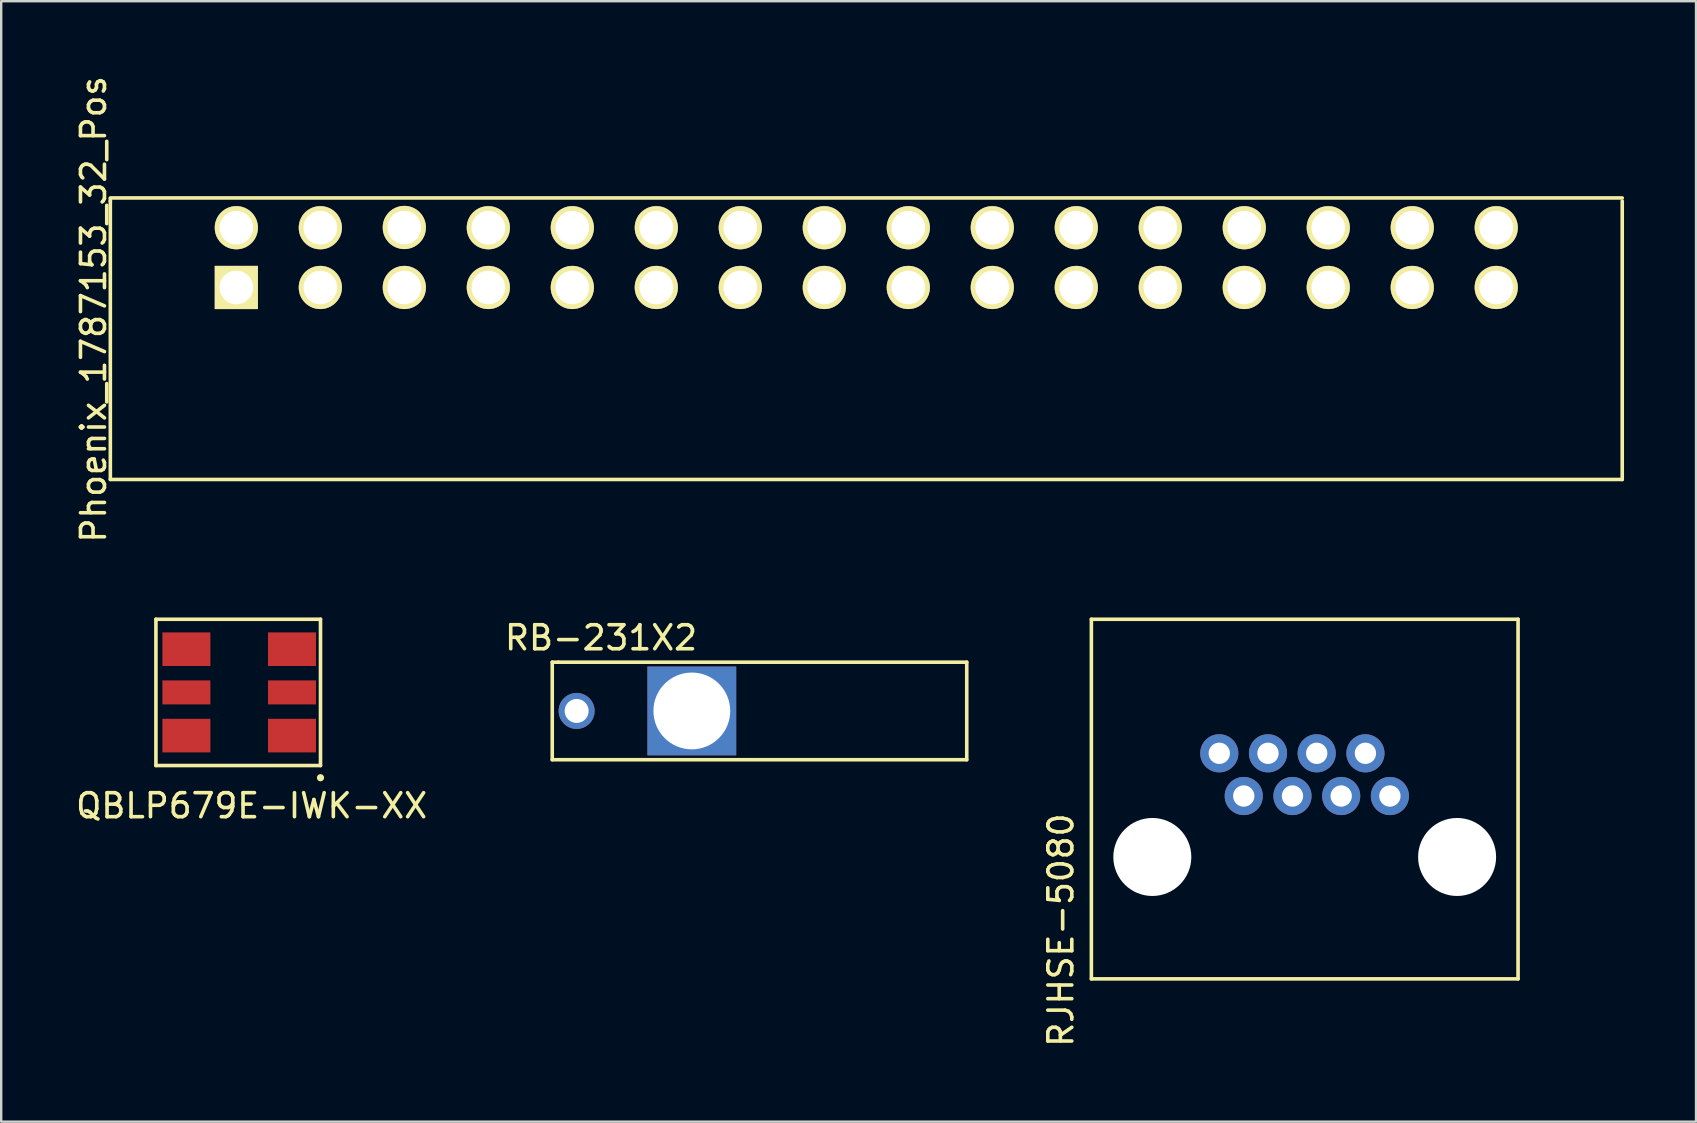
<source format=kicad_pcb>
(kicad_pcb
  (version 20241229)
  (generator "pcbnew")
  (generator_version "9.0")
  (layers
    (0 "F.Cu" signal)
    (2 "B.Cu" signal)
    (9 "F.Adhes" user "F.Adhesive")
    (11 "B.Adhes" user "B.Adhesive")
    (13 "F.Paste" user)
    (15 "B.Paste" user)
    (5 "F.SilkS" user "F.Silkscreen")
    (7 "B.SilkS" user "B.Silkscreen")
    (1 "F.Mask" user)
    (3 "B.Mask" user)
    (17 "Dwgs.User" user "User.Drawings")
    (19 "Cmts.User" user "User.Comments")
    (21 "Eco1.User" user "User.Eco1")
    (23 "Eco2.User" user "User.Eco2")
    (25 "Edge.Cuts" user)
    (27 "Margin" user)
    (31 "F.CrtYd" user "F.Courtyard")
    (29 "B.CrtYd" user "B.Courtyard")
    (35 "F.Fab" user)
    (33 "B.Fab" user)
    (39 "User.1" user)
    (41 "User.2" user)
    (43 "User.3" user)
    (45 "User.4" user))
  (footprint "Phoenix_1787153_32_Pos"
    (layer "F.Cu")
    (at 1.548 5.339)
    (property "Reference" "Phoenix_1787153_32_Pos" (at -0.7 4.5 270) (layer "F.SilkS") (effects (font (size 1 1) (thickness 0.15))))
    (attr through_hole)
    (fp_line (start 0 -0.14) (end 63 -0.14) (stroke (width 0.15) (type solid)) (layer "F.SilkS"))
    (fp_line (start 0 -0.1) (end 0 0) (stroke (width 0.15) (type solid)) (layer "F.SilkS"))
    (fp_line (start 0 11.59) (end 0 -0.01) (stroke (width 0.15) (type solid)) (layer "F.SilkS"))
    (fp_line (start 0 11.59) (end 63 11.59) (stroke (width 0.15) (type solid)) (layer "F.SilkS"))
    (fp_line (start 63 11.59) (end 63 -0.01) (stroke (width 0.15) (type solid)) (layer "F.SilkS"))
    (pad "1" thru_hole rect (at 5.25 3.59) (size 1.8 1.8) (drill 1.4) (layers "*.Cu" "*.Paste" "*.Mask" "F.SilkS"))
    (pad "2" thru_hole circle (at 5.25 1.1) (size 1.8 1.8) (drill 1.4) (layers "*.Cu" "*.Paste" "*.Mask" "F.SilkS"))
    (pad "3" thru_hole circle (at 8.75 3.59) (size 1.8 1.8) (drill 1.4) (layers "*.Cu" "*.Paste" "*.Mask" "F.SilkS"))
    (pad "4" thru_hole circle (at 8.75 1.1) (size 1.8 1.8) (drill 1.4) (layers "*.Cu" "*.Paste" "*.Mask" "F.SilkS"))
    (pad "5" thru_hole circle (at 12.25 3.59) (size 1.8 1.8) (drill 1.4) (layers "*.Cu" "*.Paste" "*.Mask" "F.SilkS"))
    (pad "6" thru_hole circle (at 12.25 1.09) (size 1.8 1.8) (drill 1.4) (layers "*.Cu" "*.Paste" "*.Mask" "F.SilkS"))
    (pad "7" thru_hole circle (at 15.75 3.59) (size 1.8 1.8) (drill 1.4) (layers "*.Cu" "*.Paste" "*.Mask" "F.SilkS"))
    (pad "8" thru_hole circle (at 15.75 1.1) (size 1.8 1.8) (drill 1.4) (layers "*.Cu" "*.Paste" "*.Mask" "F.SilkS"))
    (pad "9" thru_hole circle (at 19.25 3.59) (size 1.8 1.8) (drill 1.4) (layers "*.Cu" "*.Paste" "*.Mask" "F.SilkS"))
    (pad "10" thru_hole circle (at 19.25 1.1) (size 1.8 1.8) (drill 1.4) (layers "*.Cu" "*.Paste" "*.Mask" "F.SilkS"))
    (pad "11" thru_hole circle (at 22.75 3.59) (size 1.8 1.8) (drill 1.4) (layers "*.Cu" "*.Paste" "*.Mask" "F.SilkS"))
    (pad "12" thru_hole circle (at 22.75 1.1) (size 1.8 1.8) (drill 1.4) (layers "*.Cu" "*.Paste" "*.Mask" "F.SilkS"))
    (pad "13" thru_hole circle (at 26.25 3.59) (size 1.8 1.8) (drill 1.4) (layers "*.Cu" "*.Paste" "*.Mask" "F.SilkS"))
    (pad "14" thru_hole circle (at 26.25 1.1) (size 1.8 1.8) (drill 1.4) (layers "*.Cu" "*.Paste" "*.Mask" "F.SilkS"))
    (pad "15" thru_hole circle (at 29.75 3.59) (size 1.8 1.8) (drill 1.4) (layers "*.Cu" "*.Paste" "*.Mask" "F.SilkS"))
    (pad "16" thru_hole circle (at 29.75 1.1) (size 1.8 1.8) (drill 1.4) (layers "*.Cu" "*.Paste" "*.Mask" "F.SilkS"))
    (pad "17" thru_hole circle (at 33.25 3.59) (size 1.8 1.8) (drill 1.4) (layers "*.Cu" "*.Paste" "*.Mask" "F.SilkS"))
    (pad "18" thru_hole circle (at 33.25 1.1) (size 1.8 1.8) (drill 1.4) (layers "*.Cu" "*.Paste" "*.Mask" "F.SilkS"))
    (pad "19" thru_hole circle (at 36.75 3.59) (size 1.8 1.8) (drill 1.4) (layers "*.Cu" "*.Paste" "*.Mask" "F.SilkS"))
    (pad "20" thru_hole circle (at 36.75 1.1) (size 1.8 1.8) (drill 1.4) (layers "*.Cu" "*.Paste" "*.Mask" "F.SilkS"))
    (pad "21" thru_hole circle (at 40.25 3.59) (size 1.8 1.8) (drill 1.4) (layers "*.Cu" "*.Paste" "*.Mask" "F.SilkS"))
    (pad "22" thru_hole circle (at 40.25 1.1) (size 1.8 1.8) (drill 1.4) (layers "*.Cu" "*.Paste" "*.Mask" "F.SilkS"))
    (pad "23" thru_hole circle (at 43.75 3.59) (size 1.8 1.8) (drill 1.4) (layers "*.Cu" "*.Paste" "*.Mask" "F.SilkS"))
    (pad "24" thru_hole circle (at 43.75 1.1) (size 1.8 1.8) (drill 1.4) (layers "*.Cu" "*.Paste" "*.Mask" "F.SilkS"))
    (pad "25" thru_hole circle (at 47.25 3.59) (size 1.8 1.8) (drill 1.4) (layers "*.Cu" "*.Paste" "*.Mask" "F.SilkS"))
    (pad "26" thru_hole circle (at 47.25 1.1) (size 1.8 1.8) (drill 1.4) (layers "*.Cu" "*.Paste" "*.Mask" "F.SilkS"))
    (pad "27" thru_hole circle (at 50.75 3.59) (size 1.8 1.8) (drill 1.4) (layers "*.Cu" "*.Paste" "*.Mask" "F.SilkS"))
    (pad "28" thru_hole circle (at 50.75 1.1) (size 1.8 1.8) (drill 1.4) (layers "*.Cu" "*.Paste" "*.Mask" "F.SilkS"))
    (pad "29" thru_hole circle (at 54.25 3.59) (size 1.8 1.8) (drill 1.4) (layers "*.Cu" "*.Paste" "*.Mask" "F.SilkS"))
    (pad "30" thru_hole circle (at 54.25 1.1) (size 1.8 1.8) (drill 1.4) (layers "*.Cu" "*.Paste" "*.Mask" "F.SilkS"))
    (pad "31" thru_hole circle (at 57.75 3.59) (size 1.8 1.8) (drill 1.4) (layers "*.Cu" "*.Paste" "*.Mask" "F.SilkS"))
    (pad "32" thru_hole circle (at 57.75 1.1) (size 1.8 1.8) (drill 1.4) (layers "*.Cu" "*.Paste" "*.Mask" "F.SilkS")))
  (footprint "QBLP679E-IWK-XX"
    (layer "F.Cu")
    (at 4.717 25.802)
    (property "Reference" "QBLP679E-IWK-XX" (at 2.718 4.724 0) (layer "F.SilkS") (effects (font (size 1 1) (thickness 0.15))))
    (attr through_hole)
    (fp_line (start -1.27 -3.048) (end 5.588 -3.048) (stroke (width 0.15) (type solid)) (layer "F.SilkS"))
    (fp_line (start -1.27 3.048) (end -1.27 -3.048) (stroke (width 0.15) (type solid)) (layer "F.SilkS"))
    (fp_line (start -1.27 3.048) (end 5.588 3.048) (stroke (width 0.15) (type solid)) (layer "F.SilkS"))
    (fp_line (start 5.588 -3.048) (end 5.588 3.048) (stroke (width 0.15) (type solid)) (layer "F.SilkS"))
    (fp_circle (center 5.588 3.556) (end 5.664 3.556) (stroke (width 0.15) (type solid)) (fill no) (layer "F.SilkS"))
    (pad "1" smd rect (at 4.4 1.8) (size 2 1.4) (layers "F.Cu" "F.Mask" "F.Paste"))
    (pad "2" smd rect (at 4.4 0) (size 2 1) (layers "F.Cu" "F.Mask" "F.Paste"))
    (pad "3" smd rect (at 4.4 -1.8) (size 2 1.4) (layers "F.Cu" "F.Mask" "F.Paste"))
    (pad "4" smd rect (at 0 -1.8) (size 2 1.4) (layers "F.Cu" "F.Mask" "F.Paste"))
    (pad "5" smd rect (at 0 0) (size 2 1) (layers "F.Cu" "F.Mask" "F.Paste"))
    (pad "6" smd rect (at 0 1.8) (size 2 1.4) (layers "F.Cu" "F.Mask" "F.Paste")))
  (footprint "RJHSE-5080"
    (layer "F.Cu")
    (at 44.967 32.66)
    (property "Reference" "RJHSE-5080" (at -3.81 3.048 270) (layer "F.SilkS") (effects (font (size 1 1) (thickness 0.15))))
    (attr through_hole)
    (fp_line (start -2.54 5.08) (end -2.54 -9.906) (stroke (width 0.15) (type solid)) (layer "F.SilkS"))
    (fp_line (start -2.54 5.08) (end 15.24 5.08) (stroke (width 0.15) (type solid)) (layer "F.SilkS"))
    (fp_line (start 15.24 -9.906) (end -2.54 -9.906) (stroke (width 0.15) (type solid)) (layer "F.SilkS"))
    (fp_line (start 15.24 5.08) (end 15.24 -9.906) (stroke (width 0.15) (type solid)) (layer "F.SilkS"))
    (pad "" np_thru_hole circle (at 0 0) (size 3.25 3.25) (drill 3.25) (layers "*.Cu" "*.Mask"))
    (pad "" np_thru_hole circle (at 12.7 0) (size 3.25 3.25) (drill 3.25) (layers "*.Cu" "*.Mask"))
    (pad "1" thru_hole circle (at 9.9 -2.54) (size 1.59 1.59) (drill 0.89) (layers "*.Cu" "*.Mask"))
    (pad "2" thru_hole circle (at 8.88 -4.32) (size 1.59 1.59) (drill 0.89) (layers "*.Cu" "*.Mask"))
    (pad "3" thru_hole circle (at 7.87 -2.54) (size 1.59 1.59) (drill 0.89) (layers "*.Cu" "*.Mask"))
    (pad "4" thru_hole circle (at 6.85 -4.32) (size 1.59 1.59) (drill 0.89) (layers "*.Cu" "*.Mask"))
    (pad "5" thru_hole circle (at 5.84 -2.54) (size 1.59 1.59) (drill 0.89) (layers "*.Cu" "*.Mask"))
    (pad "6" thru_hole circle (at 4.82 -4.32) (size 1.59 1.59) (drill 0.89) (layers "*.Cu" "*.Mask"))
    (pad "7" thru_hole circle (at 3.81 -2.54) (size 1.59 1.59) (drill 0.89) (layers "*.Cu" "*.Mask"))
    (pad "8" thru_hole circle (at 2.79 -4.32) (size 1.59 1.59) (drill 0.89) (layers "*.Cu" "*.Mask")))
  (footprint "RB-231X2"
    (layer "F.Cu")
    (at 20.978 26.575)
    (property "Reference" "RB-231X2" (at 1.016 -3.048 0) (layer "F.SilkS") (effects (font (size 1 1) (thickness 0.15))))
    (attr through_hole)
    (fp_line (start -1.016 -2.032) (end -1.016 2.032) (stroke (width 0.15) (type solid)) (layer "F.SilkS"))
    (fp_line (start -1.016 2.032) (end 16.256 2.032) (stroke (width 0.15) (type solid)) (layer "F.SilkS"))
    (fp_line (start -0.762 -2.032) (end -1.016 -2.032) (stroke (width 0.15) (type solid)) (layer "F.SilkS"))
    (fp_line (start -0.762 -2.032) (end 16.256 -2.032) (stroke (width 0.15) (type solid)) (layer "F.SilkS"))
    (fp_line (start 16.256 2.032) (end 16.256 -2.032) (stroke (width 0.15) (type solid)) (layer "F.SilkS"))
    (pad "1" thru_hole circle (at 0 0) (size 1.5 1.5) (drill 1) (layers "*.Cu" "*.Mask"))
    (pad "2" thru_hole rect (at 4.8 0) (size 3.7 3.7) (drill 3.2) (layers "*.Cu" "*.Mask")))
  (gr_rect
    (start -3 -3)
    (end 67.623 43.69)
    (stroke (width 0.1) (type default))
    (fill no)
    (layer "Edge.Cuts")))
</source>
